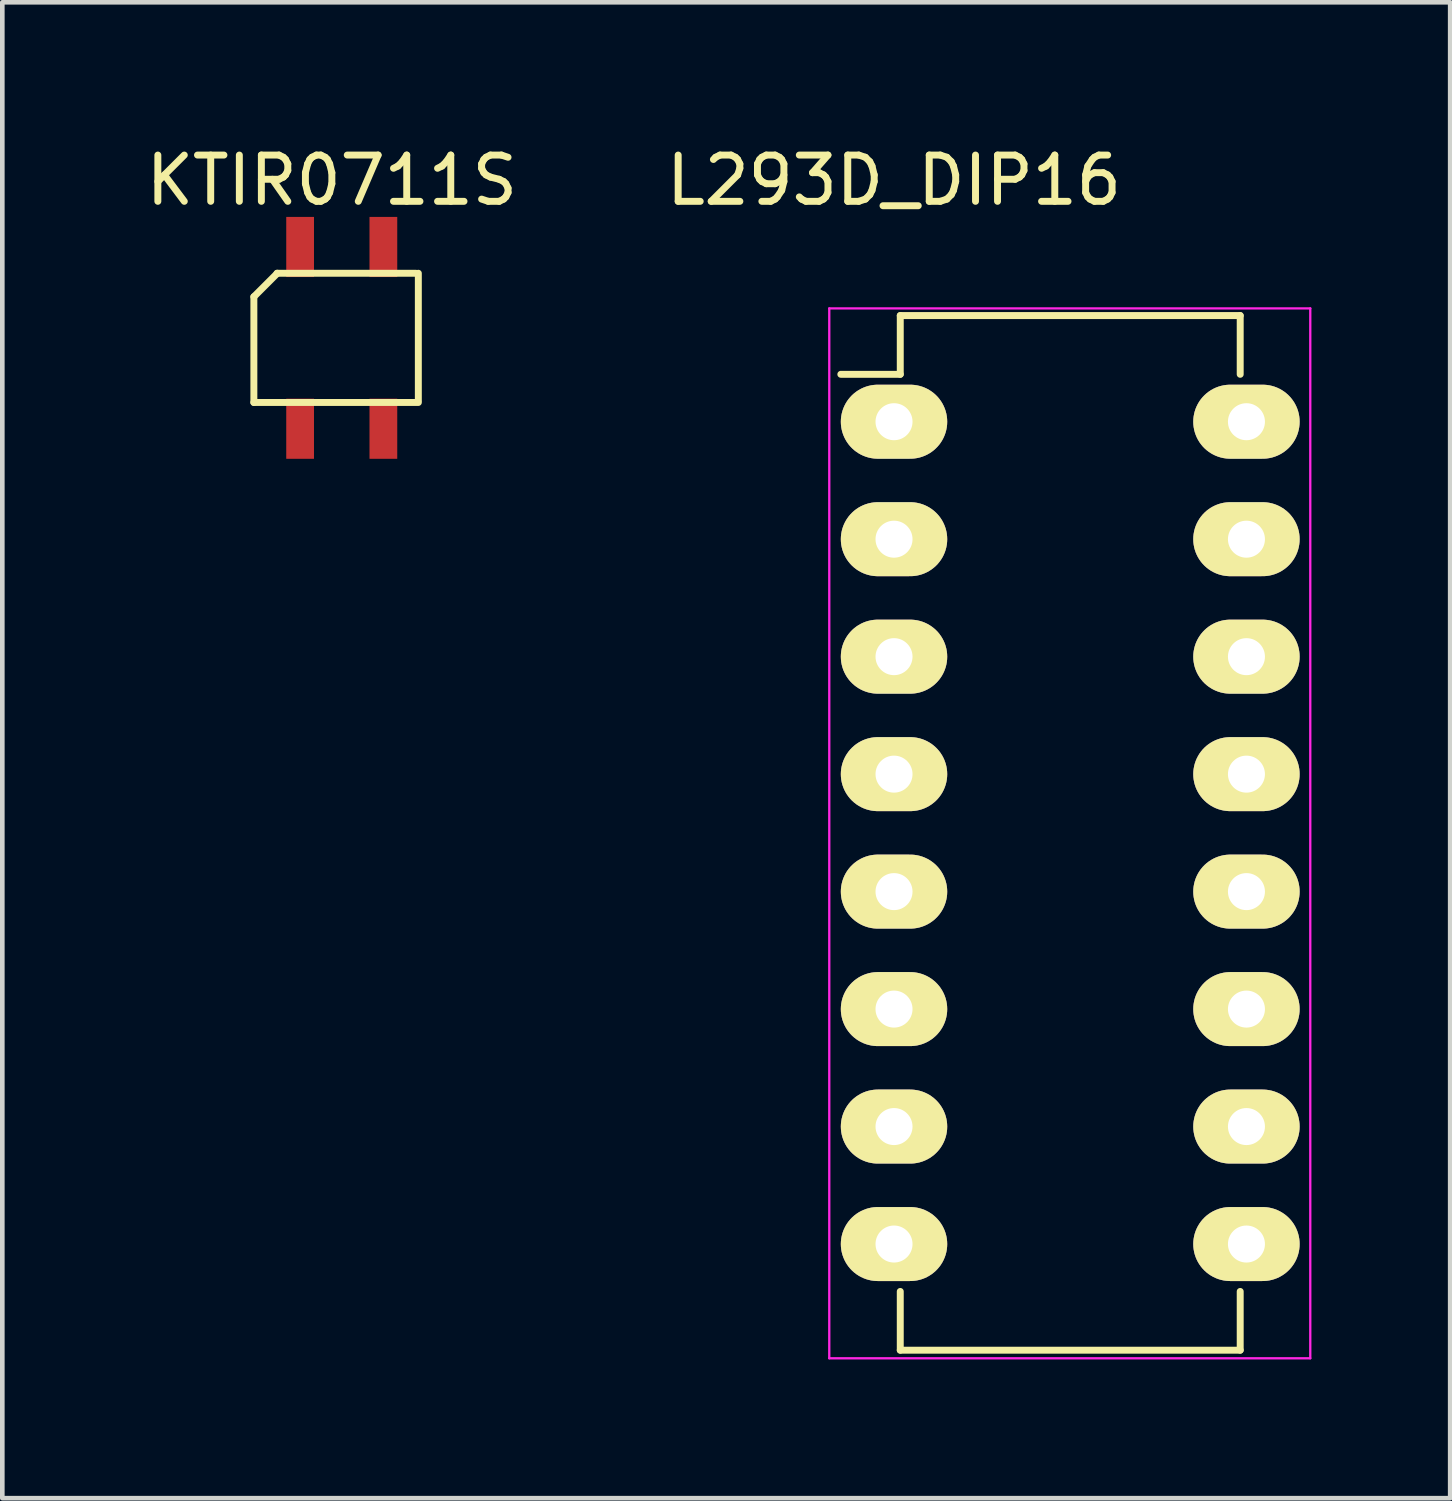
<source format=kicad_pcb>
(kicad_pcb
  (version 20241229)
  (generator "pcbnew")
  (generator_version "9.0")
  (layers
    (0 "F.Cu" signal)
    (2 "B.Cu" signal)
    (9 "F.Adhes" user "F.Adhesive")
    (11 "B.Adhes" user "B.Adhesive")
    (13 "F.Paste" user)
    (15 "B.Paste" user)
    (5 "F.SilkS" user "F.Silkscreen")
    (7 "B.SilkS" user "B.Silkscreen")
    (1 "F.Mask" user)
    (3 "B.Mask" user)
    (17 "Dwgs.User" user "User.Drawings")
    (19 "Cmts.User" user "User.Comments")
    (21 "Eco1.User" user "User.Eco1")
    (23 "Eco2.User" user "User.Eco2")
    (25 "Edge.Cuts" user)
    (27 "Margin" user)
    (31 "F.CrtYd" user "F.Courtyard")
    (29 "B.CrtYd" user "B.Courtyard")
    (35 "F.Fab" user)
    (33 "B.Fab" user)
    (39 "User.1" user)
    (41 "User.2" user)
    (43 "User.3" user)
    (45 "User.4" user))
  (footprint "L293D_DIP16"
    (layer "F.Cu")
    (at 16.28 6.068)
    (property "Reference" "L293D_DIP16" (at 0 -5.22 0) (layer "F.SilkS") (effects (font (size 1 1) (thickness 0.15))))
    (attr through_hole)
    (fp_line (start 0.135 -2.295) (end 0.135 -1.025) (stroke (width 0.15) (type solid)) (layer "F.SilkS"))
    (fp_line (start 0.135 -2.295) (end 7.485 -2.295) (stroke (width 0.15) (type solid)) (layer "F.SilkS"))
    (fp_line (start 0.135 -1.025) (end -1.15 -1.025) (stroke (width 0.15) (type solid)) (layer "F.SilkS"))
    (fp_line (start 0.135 20.075) (end 0.135 18.805) (stroke (width 0.15) (type solid)) (layer "F.SilkS"))
    (fp_line (start 0.135 20.075) (end 7.485 20.075) (stroke (width 0.15) (type solid)) (layer "F.SilkS"))
    (fp_line (start 7.485 -2.295) (end 7.485 -1.025) (stroke (width 0.15) (type solid)) (layer "F.SilkS"))
    (fp_line (start 7.485 20.075) (end 7.485 18.805) (stroke (width 0.15) (type solid)) (layer "F.SilkS"))
    (fp_line (start -1.4 -2.45) (end -1.4 20.25) (stroke (width 0.05) (type solid)) (layer "F.CrtYd"))
    (fp_line (start -1.4 -2.45) (end 9 -2.45) (stroke (width 0.05) (type solid)) (layer "F.CrtYd"))
    (fp_line (start -1.4 20.25) (end 9 20.25) (stroke (width 0.05) (type solid)) (layer "F.CrtYd"))
    (fp_line (start 9 -2.45) (end 9 20.25) (stroke (width 0.05) (type solid)) (layer "F.CrtYd"))
    (pad "1" thru_hole oval (at 0 0) (size 2.3 1.6) (drill 0.8) (layers "*.Cu" "*.Mask" "F.SilkS"))
    (pad "2" thru_hole oval (at 0 2.54) (size 2.3 1.6) (drill 0.8) (layers "*.Cu" "*.Mask" "F.SilkS"))
    (pad "3" thru_hole oval (at 0 5.08) (size 2.3 1.6) (drill 0.8) (layers "*.Cu" "*.Mask" "F.SilkS"))
    (pad "4" thru_hole oval (at 0 7.62) (size 2.3 1.6) (drill 0.8) (layers "*.Cu" "*.Mask" "F.SilkS"))
    (pad "5" thru_hole oval (at 0 10.16) (size 2.3 1.6) (drill 0.8) (layers "*.Cu" "*.Mask" "F.SilkS"))
    (pad "6" thru_hole oval (at 0 12.7) (size 2.3 1.6) (drill 0.8) (layers "*.Cu" "*.Mask" "F.SilkS"))
    (pad "7" thru_hole oval (at 0 15.24) (size 2.3 1.6) (drill 0.8) (layers "*.Cu" "*.Mask" "F.SilkS"))
    (pad "8" thru_hole oval (at 0 17.78) (size 2.3 1.6) (drill 0.8) (layers "*.Cu" "*.Mask" "F.SilkS"))
    (pad "9" thru_hole oval (at 7.62 17.78) (size 2.3 1.6) (drill 0.8) (layers "*.Cu" "*.Mask" "F.SilkS"))
    (pad "10" thru_hole oval (at 7.62 15.24) (size 2.3 1.6) (drill 0.8) (layers "*.Cu" "*.Mask" "F.SilkS"))
    (pad "11" thru_hole oval (at 7.62 12.7) (size 2.3 1.6) (drill 0.8) (layers "*.Cu" "*.Mask" "F.SilkS"))
    (pad "12" thru_hole oval (at 7.62 10.16) (size 2.3 1.6) (drill 0.8) (layers "*.Cu" "*.Mask" "F.SilkS"))
    (pad "13" thru_hole oval (at 7.62 7.62) (size 2.3 1.6) (drill 0.8) (layers "*.Cu" "*.Mask" "F.SilkS"))
    (pad "14" thru_hole oval (at 7.62 5.08) (size 2.3 1.6) (drill 0.8) (layers "*.Cu" "*.Mask" "F.SilkS"))
    (pad "15" thru_hole oval (at 7.62 2.54) (size 2.3 1.6) (drill 0.8) (layers "*.Cu" "*.Mask" "F.SilkS"))
    (pad "16" thru_hole oval (at 7.62 0) (size 2.3 1.6) (drill 0.8) (layers "*.Cu" "*.Mask" "F.SilkS")))
  (footprint "KTIR0711S"
    (layer "F.Cu")
    (at 4.344 4.255)
    (property "Reference" "KTIR0711S" (at -0.219 -3.407 0) (layer "F.SilkS") (effects (font (size 1 1) (thickness 0.15))))
    (attr through_hole)
    (fp_line (start -1.905 -0.889) (end -1.397 -1.397) (stroke (width 0.15) (type solid)) (layer "F.SilkS"))
    (fp_line (start -1.905 1.397) (end -1.905 -0.889) (stroke (width 0.15) (type solid)) (layer "F.SilkS"))
    (fp_line (start -1.405 -1.397) (end 1.595 -1.397) (stroke (width 0.15) (type solid)) (layer "F.SilkS"))
    (fp_line (start 1.651 -1.397) (end 1.651 1.353) (stroke (width 0.15) (type solid)) (layer "F.SilkS"))
    (fp_line (start 1.651 1.397) (end -1.905 1.397) (stroke (width 0.15) (type solid)) (layer "F.SilkS"))
    (pad "1" smd rect (at -0.905 -1.965) (size 0.6 1.3) (layers "F.Cu" "F.Mask" "F.Paste"))
    (pad "2" smd rect (at -0.905 1.965) (size 0.6 1.3) (layers "F.Cu" "F.Mask" "F.Paste"))
    (pad "3" smd rect (at 0.895 -1.965) (size 0.6 1.3) (layers "F.Cu" "F.Mask" "F.Paste"))
    (pad "4" smd rect (at 0.895 1.965) (size 0.6 1.3) (layers "F.Cu" "F.Mask" "F.Paste")))
  (gr_rect
    (start -3 -3)
    (end 28.305 29.343)
    (stroke (width 0.1) (type default))
    (fill no)
    (layer "Edge.Cuts")))
</source>
